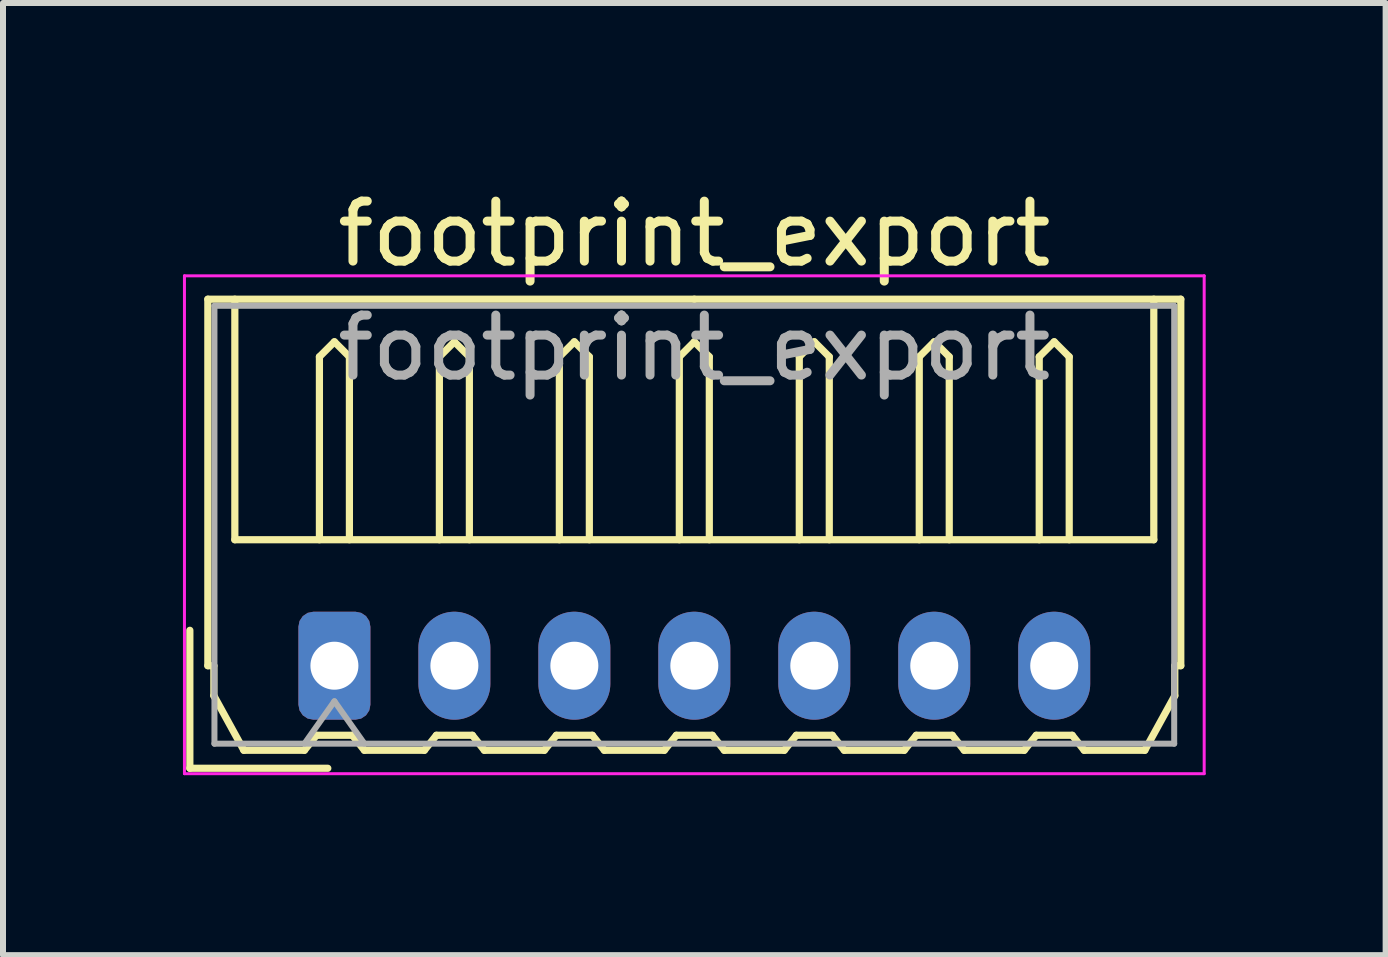
<source format=kicad_pcb>
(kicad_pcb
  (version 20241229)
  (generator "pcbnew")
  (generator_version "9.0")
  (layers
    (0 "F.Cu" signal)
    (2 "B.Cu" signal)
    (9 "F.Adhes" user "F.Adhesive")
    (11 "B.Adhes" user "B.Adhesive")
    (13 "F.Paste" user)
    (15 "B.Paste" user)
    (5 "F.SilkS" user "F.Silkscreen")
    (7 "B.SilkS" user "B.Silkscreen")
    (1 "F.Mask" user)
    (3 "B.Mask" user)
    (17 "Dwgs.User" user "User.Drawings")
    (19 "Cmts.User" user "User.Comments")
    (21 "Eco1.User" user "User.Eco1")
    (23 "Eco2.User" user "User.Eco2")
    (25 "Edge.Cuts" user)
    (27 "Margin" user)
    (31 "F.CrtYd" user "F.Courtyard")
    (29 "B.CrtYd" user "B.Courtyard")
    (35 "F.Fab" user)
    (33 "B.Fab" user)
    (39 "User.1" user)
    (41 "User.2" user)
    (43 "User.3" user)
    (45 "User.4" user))
  (footprint "footprint_export"
    (layer "F.Cu")
    (at 2.525 8.048)
    (property "Reference" "footprint_export" (at 6 -7.2 0) (layer "F.SilkS") (effects (font (size 1 1) (thickness 0.15))))
    (attr through_hole)
    (fp_line (start -2.41 1.71) (end -2.41 -0.59) (stroke (width 0.12) (type solid)) (layer "F.SilkS"))
    (fp_line (start -2.11 -6.11) (end 6 -6.11) (stroke (width 0.12) (type solid)) (layer "F.SilkS"))
    (fp_line (start -2.11 0) (end -2.11 -6.11) (stroke (width 0.12) (type solid)) (layer "F.SilkS"))
    (fp_line (start -2.01 0) (end -2.11 0) (stroke (width 0.12) (type solid)) (layer "F.SilkS"))
    (fp_line (start -2.01 0.5) (end -2.01 0) (stroke (width 0.12) (type solid)) (layer "F.SilkS"))
    (fp_line (start -1.66 -6.11) (end -1.66 -2.1) (stroke (width 0.12) (type solid)) (layer "F.SilkS"))
    (fp_line (start -1.66 -2.1) (end 13.66 -2.1) (stroke (width 0.12) (type solid)) (layer "F.SilkS"))
    (fp_line (start -1.51 1.41) (end -2.01 0.5) (stroke (width 0.12) (type solid)) (layer "F.SilkS"))
    (fp_line (start -0.5 1.41) (end -1.51 1.41) (stroke (width 0.12) (type solid)) (layer "F.SilkS"))
    (fp_line (start -0.3 1.16) (end -0.5 1.41) (stroke (width 0.12) (type solid)) (layer "F.SilkS"))
    (fp_line (start -0.3 1.16) (end 0.3 1.16) (stroke (width 0.12) (type solid)) (layer "F.SilkS"))
    (fp_line (start -0.25 -5.15) (end 0 -5.4) (stroke (width 0.12) (type solid)) (layer "F.SilkS"))
    (fp_line (start -0.25 -2.1) (end -0.25 -5.15) (stroke (width 0.12) (type solid)) (layer "F.SilkS"))
    (fp_line (start -0.11 1.71) (end -2.41 1.71) (stroke (width 0.12) (type solid)) (layer "F.SilkS"))
    (fp_line (start 0 -5.4) (end 0.25 -5.15) (stroke (width 0.12) (type solid)) (layer "F.SilkS"))
    (fp_line (start 0.25 -5.15) (end 0.25 -2.1) (stroke (width 0.12) (type solid)) (layer "F.SilkS"))
    (fp_line (start 0.3 1.16) (end 0.5 1.41) (stroke (width 0.12) (type solid)) (layer "F.SilkS"))
    (fp_line (start 0.5 1.41) (end 1.5 1.41) (stroke (width 0.12) (type solid)) (layer "F.SilkS"))
    (fp_line (start 1.5 1.41) (end 1.7 1.16) (stroke (width 0.12) (type solid)) (layer "F.SilkS"))
    (fp_line (start 1.7 1.16) (end 2.3 1.16) (stroke (width 0.12) (type solid)) (layer "F.SilkS"))
    (fp_line (start 1.75 -5.15) (end 2 -5.4) (stroke (width 0.12) (type solid)) (layer "F.SilkS"))
    (fp_line (start 1.75 -2.1) (end 1.75 -5.15) (stroke (width 0.12) (type solid)) (layer "F.SilkS"))
    (fp_line (start 2 -5.4) (end 2.25 -5.15) (stroke (width 0.12) (type solid)) (layer "F.SilkS"))
    (fp_line (start 2.25 -5.15) (end 2.25 -2.1) (stroke (width 0.12) (type solid)) (layer "F.SilkS"))
    (fp_line (start 2.3 1.16) (end 2.5 1.41) (stroke (width 0.12) (type solid)) (layer "F.SilkS"))
    (fp_line (start 2.5 1.41) (end 3.5 1.41) (stroke (width 0.12) (type solid)) (layer "F.SilkS"))
    (fp_line (start 3.5 1.41) (end 3.7 1.16) (stroke (width 0.12) (type solid)) (layer "F.SilkS"))
    (fp_line (start 3.7 1.16) (end 4.3 1.16) (stroke (width 0.12) (type solid)) (layer "F.SilkS"))
    (fp_line (start 3.75 -5.15) (end 4 -5.4) (stroke (width 0.12) (type solid)) (layer "F.SilkS"))
    (fp_line (start 3.75 -2.1) (end 3.75 -5.15) (stroke (width 0.12) (type solid)) (layer "F.SilkS"))
    (fp_line (start 4 -5.4) (end 4.25 -5.15) (stroke (width 0.12) (type solid)) (layer "F.SilkS"))
    (fp_line (start 4.25 -5.15) (end 4.25 -2.1) (stroke (width 0.12) (type solid)) (layer "F.SilkS"))
    (fp_line (start 4.3 1.16) (end 4.5 1.41) (stroke (width 0.12) (type solid)) (layer "F.SilkS"))
    (fp_line (start 4.5 1.41) (end 5.5 1.41) (stroke (width 0.12) (type solid)) (layer "F.SilkS"))
    (fp_line (start 5.5 1.41) (end 5.7 1.16) (stroke (width 0.12) (type solid)) (layer "F.SilkS"))
    (fp_line (start 5.7 1.16) (end 6.3 1.16) (stroke (width 0.12) (type solid)) (layer "F.SilkS"))
    (fp_line (start 5.75 -5.15) (end 6 -5.4) (stroke (width 0.12) (type solid)) (layer "F.SilkS"))
    (fp_line (start 5.75 -2.1) (end 5.75 -5.15) (stroke (width 0.12) (type solid)) (layer "F.SilkS"))
    (fp_line (start 6 -5.4) (end 6.25 -5.15) (stroke (width 0.12) (type solid)) (layer "F.SilkS"))
    (fp_line (start 6.25 -5.15) (end 6.25 -2.1) (stroke (width 0.12) (type solid)) (layer "F.SilkS"))
    (fp_line (start 6.3 1.16) (end 6.5 1.41) (stroke (width 0.12) (type solid)) (layer "F.SilkS"))
    (fp_line (start 6.5 1.41) (end 7.5 1.41) (stroke (width 0.12) (type solid)) (layer "F.SilkS"))
    (fp_line (start 7.5 1.41) (end 7.7 1.16) (stroke (width 0.12) (type solid)) (layer "F.SilkS"))
    (fp_line (start 7.7 1.16) (end 8.3 1.16) (stroke (width 0.12) (type solid)) (layer "F.SilkS"))
    (fp_line (start 7.75 -5.15) (end 8 -5.4) (stroke (width 0.12) (type solid)) (layer "F.SilkS"))
    (fp_line (start 7.75 -2.1) (end 7.75 -5.15) (stroke (width 0.12) (type solid)) (layer "F.SilkS"))
    (fp_line (start 8 -5.4) (end 8.25 -5.15) (stroke (width 0.12) (type solid)) (layer "F.SilkS"))
    (fp_line (start 8.25 -5.15) (end 8.25 -2.1) (stroke (width 0.12) (type solid)) (layer "F.SilkS"))
    (fp_line (start 8.3 1.16) (end 8.5 1.41) (stroke (width 0.12) (type solid)) (layer "F.SilkS"))
    (fp_line (start 8.5 1.41) (end 9.5 1.41) (stroke (width 0.12) (type solid)) (layer "F.SilkS"))
    (fp_line (start 9.5 1.41) (end 9.7 1.16) (stroke (width 0.12) (type solid)) (layer "F.SilkS"))
    (fp_line (start 9.7 1.16) (end 10.3 1.16) (stroke (width 0.12) (type solid)) (layer "F.SilkS"))
    (fp_line (start 9.75 -5.15) (end 10 -5.4) (stroke (width 0.12) (type solid)) (layer "F.SilkS"))
    (fp_line (start 9.75 -2.1) (end 9.75 -5.15) (stroke (width 0.12) (type solid)) (layer "F.SilkS"))
    (fp_line (start 10 -5.4) (end 10.25 -5.15) (stroke (width 0.12) (type solid)) (layer "F.SilkS"))
    (fp_line (start 10.25 -5.15) (end 10.25 -2.1) (stroke (width 0.12) (type solid)) (layer "F.SilkS"))
    (fp_line (start 10.3 1.16) (end 10.5 1.41) (stroke (width 0.12) (type solid)) (layer "F.SilkS"))
    (fp_line (start 10.5 1.41) (end 11.5 1.41) (stroke (width 0.12) (type solid)) (layer "F.SilkS"))
    (fp_line (start 11.5 1.41) (end 11.7 1.16) (stroke (width 0.12) (type solid)) (layer "F.SilkS"))
    (fp_line (start 11.7 1.16) (end 12.3 1.16) (stroke (width 0.12) (type solid)) (layer "F.SilkS"))
    (fp_line (start 11.75 -5.15) (end 12 -5.4) (stroke (width 0.12) (type solid)) (layer "F.SilkS"))
    (fp_line (start 11.75 -2.1) (end 11.75 -5.15) (stroke (width 0.12) (type solid)) (layer "F.SilkS"))
    (fp_line (start 12 -5.4) (end 12.25 -5.15) (stroke (width 0.12) (type solid)) (layer "F.SilkS"))
    (fp_line (start 12.25 -5.15) (end 12.25 -2.1) (stroke (width 0.12) (type solid)) (layer "F.SilkS"))
    (fp_line (start 12.3 1.16) (end 12.5 1.41) (stroke (width 0.12) (type solid)) (layer "F.SilkS"))
    (fp_line (start 12.5 1.41) (end 13.51 1.41) (stroke (width 0.12) (type solid)) (layer "F.SilkS"))
    (fp_line (start 13.51 1.41) (end 14.01 0.5) (stroke (width 0.12) (type solid)) (layer "F.SilkS"))
    (fp_line (start 13.66 -2.1) (end 13.66 -6.11) (stroke (width 0.12) (type solid)) (layer "F.SilkS"))
    (fp_line (start 14.01 0) (end 14.11 0) (stroke (width 0.12) (type solid)) (layer "F.SilkS"))
    (fp_line (start 14.01 0.5) (end 14.01 0) (stroke (width 0.12) (type solid)) (layer "F.SilkS"))
    (fp_line (start 14.11 -6.11) (end 6 -6.11) (stroke (width 0.12) (type solid)) (layer "F.SilkS"))
    (fp_line (start 14.11 0) (end 14.11 -6.11) (stroke (width 0.12) (type solid)) (layer "F.SilkS"))
    (fp_line (start -2.5 -6.5) (end -2.5 1.8) (stroke (width 0.05) (type solid)) (layer "F.CrtYd"))
    (fp_line (start -2.5 1.8) (end 14.5 1.8) (stroke (width 0.05) (type solid)) (layer "F.CrtYd"))
    (fp_line (start 14.5 -6.5) (end -2.5 -6.5) (stroke (width 0.05) (type solid)) (layer "F.CrtYd"))
    (fp_line (start 14.5 1.8) (end 14.5 -6.5) (stroke (width 0.05) (type solid)) (layer "F.CrtYd"))
    (fp_line (start -2 -6) (end -2 1.3) (stroke (width 0.1) (type solid)) (layer "F.Fab"))
    (fp_line (start -2 1.3) (end 14 1.3) (stroke (width 0.1) (type solid)) (layer "F.Fab"))
    (fp_line (start -0.5 1.3) (end 0 0.593) (stroke (width 0.1) (type solid)) (layer "F.Fab"))
    (fp_line (start 0 0.593) (end 0.5 1.3) (stroke (width 0.1) (type solid)) (layer "F.Fab"))
    (fp_line (start 14 -6) (end -2 -6) (stroke (width 0.1) (type solid)) (layer "F.Fab"))
    (fp_line (start 14 1.3) (end 14 -6) (stroke (width 0.1) (type solid)) (layer "F.Fab"))
    (fp_text user "${REFERENCE}" (at 6 -5.3 0) (layer "F.Fab") (effects (font (size 1 1) (thickness 0.15))))
    (pad "1" thru_hole roundrect (at 0 0) (size 1.2 1.8) (drill 0.8) (layers "*.Cu" "*.Mask") (roundrect_rratio 0.208))
    (pad "2" thru_hole oval (at 2 0) (size 1.2 1.8) (drill 0.8) (layers "*.Cu" "*.Mask"))
    (pad "3" thru_hole oval (at 4 0) (size 1.2 1.8) (drill 0.8) (layers "*.Cu" "*.Mask"))
    (pad "4" thru_hole oval (at 6 0) (size 1.2 1.8) (drill 0.8) (layers "*.Cu" "*.Mask"))
    (pad "5" thru_hole oval (at 8 0) (size 1.2 1.8) (drill 0.8) (layers "*.Cu" "*.Mask"))
    (pad "6" thru_hole oval (at 10 0) (size 1.2 1.8) (drill 0.8) (layers "*.Cu" "*.Mask"))
    (pad "7" thru_hole oval (at 12 0) (size 1.2 1.8) (drill 0.8) (layers "*.Cu" "*.Mask")))
  (gr_rect
    (start -3 -3)
    (end 20.05 12.873)
    (stroke (width 0.1) (type default))
    (fill no)
    (layer "Edge.Cuts")))
</source>
